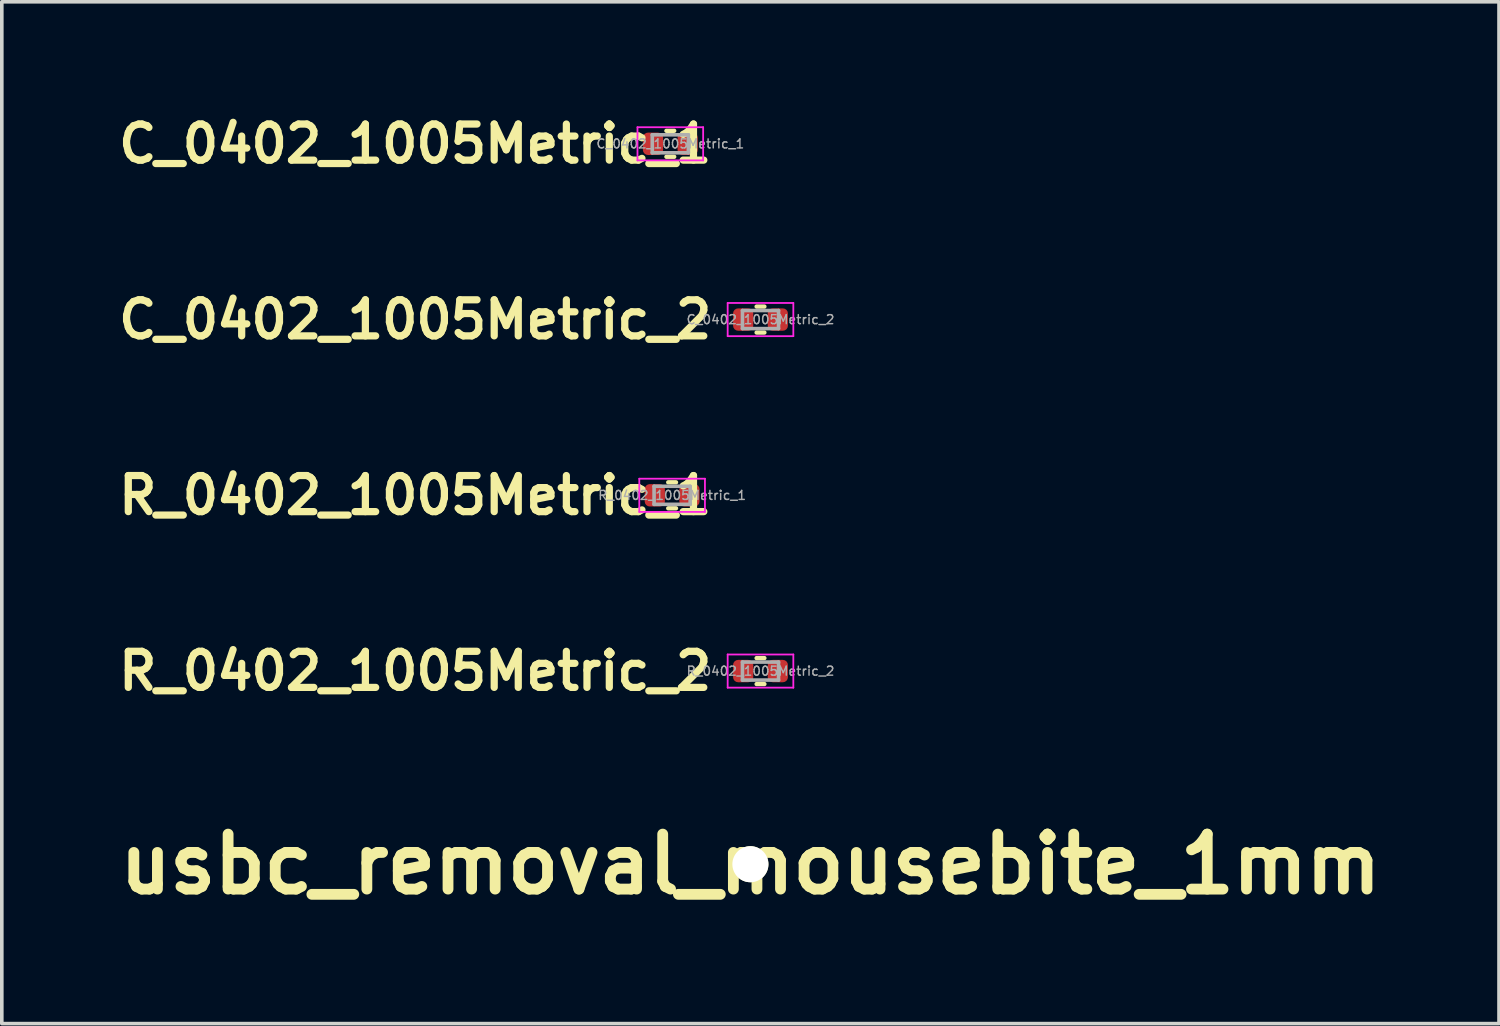
<source format=kicad_pcb>
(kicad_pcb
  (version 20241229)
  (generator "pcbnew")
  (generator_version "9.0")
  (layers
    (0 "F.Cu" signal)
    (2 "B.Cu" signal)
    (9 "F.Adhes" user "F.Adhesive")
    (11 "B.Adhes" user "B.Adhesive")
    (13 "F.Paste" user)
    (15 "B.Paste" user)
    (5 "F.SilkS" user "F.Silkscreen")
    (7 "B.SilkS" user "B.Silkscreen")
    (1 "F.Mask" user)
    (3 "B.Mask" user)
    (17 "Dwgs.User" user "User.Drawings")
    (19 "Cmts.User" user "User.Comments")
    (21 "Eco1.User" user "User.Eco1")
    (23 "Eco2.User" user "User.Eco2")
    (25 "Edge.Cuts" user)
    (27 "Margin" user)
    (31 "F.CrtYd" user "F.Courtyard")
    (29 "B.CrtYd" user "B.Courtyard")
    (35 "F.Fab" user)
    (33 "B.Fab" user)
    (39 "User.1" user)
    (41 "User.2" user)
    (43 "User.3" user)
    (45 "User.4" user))
  (footprint "C_0402_1005Metric_2"
    (layer "F.Cu")
    (at 18.031 5.808)
    (property "Reference" "C_0402_1005Metric_2" (at -1.25 0 0) (layer "F.SilkS") (effects (font (size 1 1) (thickness 0.2)) (justify right)))
    (attr smd)
    (fp_line (start -0.108 -0.36) (end 0.108 -0.36) (stroke (width 0.12) (type solid)) (layer "F.SilkS"))
    (fp_line (start -0.108 0.36) (end 0.108 0.36) (stroke (width 0.12) (type solid)) (layer "F.SilkS"))
    (fp_line (start -0.91 -0.46) (end 0.91 -0.46) (stroke (width 0.05) (type solid)) (layer "F.CrtYd"))
    (fp_line (start -0.91 0.46) (end -0.91 -0.46) (stroke (width 0.05) (type solid)) (layer "F.CrtYd"))
    (fp_line (start 0.91 -0.46) (end 0.91 0.46) (stroke (width 0.05) (type solid)) (layer "F.CrtYd"))
    (fp_line (start 0.91 0.46) (end -0.91 0.46) (stroke (width 0.05) (type solid)) (layer "F.CrtYd"))
    (fp_line (start -0.5 -0.25) (end 0.5 -0.25) (stroke (width 0.1) (type solid)) (layer "F.Fab"))
    (fp_line (start -0.5 0.25) (end -0.5 -0.25) (stroke (width 0.1) (type solid)) (layer "F.Fab"))
    (fp_line (start 0.5 -0.25) (end 0.5 0.25) (stroke (width 0.1) (type solid)) (layer "F.Fab"))
    (fp_line (start 0.5 0.25) (end -0.5 0.25) (stroke (width 0.1) (type solid)) (layer "F.Fab"))
    (fp_text user "${REFERENCE}" (at 0 0 0) (layer "F.Fab") (effects (font (size 0.25 0.25) (thickness 0.04))))
    (pad "1" smd roundrect (at -0.48 0) (size 0.56 0.62) (layers "F.Cu" "F.Mask" "F.Paste") (roundrect_rratio 0.25))
    (pad "2" smd roundrect (at 0.48 0) (size 0.56 0.62) (layers "F.Cu" "F.Mask" "F.Paste") (roundrect_rratio 0.25)))
  (footprint "usbc_removal_mousebite_1mm"
    (layer "F.Cu")
    (at 17.751 20.906)
    (property "Reference" "usbc_removal_mousebite_1mm" (at 0 0 0) (layer "F.SilkS") (effects (font (size 1.524 1.524) (thickness 0.3))))
    (attr through_hole)
    (pad "" np_thru_hole circle (at 0 0) (size 1 1) (drill 1) (layers "F.SilkS")))
  (footprint "C_0402_1005Metric_1"
    (layer "F.Cu")
    (at 15.531 0.936)
    (property "Reference" "C_0402_1005Metric_1" (at 1.25 0 180) (layer "F.SilkS") (effects (font (size 1 1) (thickness 0.2)) (justify right)))
    (attr smd)
    (fp_line (start -0.108 -0.36) (end 0.108 -0.36) (stroke (width 0.12) (type solid)) (layer "F.SilkS"))
    (fp_line (start -0.108 0.36) (end 0.108 0.36) (stroke (width 0.12) (type solid)) (layer "F.SilkS"))
    (fp_line (start -0.91 -0.46) (end 0.91 -0.46) (stroke (width 0.05) (type solid)) (layer "F.CrtYd"))
    (fp_line (start -0.91 0.46) (end -0.91 -0.46) (stroke (width 0.05) (type solid)) (layer "F.CrtYd"))
    (fp_line (start 0.91 -0.46) (end 0.91 0.46) (stroke (width 0.05) (type solid)) (layer "F.CrtYd"))
    (fp_line (start 0.91 0.46) (end -0.91 0.46) (stroke (width 0.05) (type solid)) (layer "F.CrtYd"))
    (fp_line (start -0.5 -0.25) (end 0.5 -0.25) (stroke (width 0.1) (type solid)) (layer "F.Fab"))
    (fp_line (start -0.5 0.25) (end -0.5 -0.25) (stroke (width 0.1) (type solid)) (layer "F.Fab"))
    (fp_line (start 0.5 -0.25) (end 0.5 0.25) (stroke (width 0.1) (type solid)) (layer "F.Fab"))
    (fp_line (start 0.5 0.25) (end -0.5 0.25) (stroke (width 0.1) (type solid)) (layer "F.Fab"))
    (fp_text user "${REFERENCE}" (at 0 0 180) (layer "F.Fab") (effects (font (size 0.25 0.25) (thickness 0.04))))
    (pad "1" smd roundrect (at -0.48 0) (size 0.56 0.62) (layers "F.Cu" "F.Mask" "F.Paste") (roundrect_rratio 0.25))
    (pad "2" smd roundrect (at 0.48 0) (size 0.56 0.62) (layers "F.Cu" "F.Mask" "F.Paste") (roundrect_rratio 0.25)))
  (footprint "R_0402_1005Metric_1"
    (layer "F.Cu")
    (at 15.581 10.68)
    (property "Reference" "R_0402_1005Metric_1" (at 1.2 0 180) (layer "F.SilkS") (effects (font (size 1 1) (thickness 0.2)) (justify right)))
    (attr smd)
    (fp_line (start -0.108 -0.36) (end 0.108 -0.36) (stroke (width 0.12) (type solid)) (layer "F.SilkS"))
    (fp_line (start -0.108 0.36) (end 0.108 0.36) (stroke (width 0.12) (type solid)) (layer "F.SilkS"))
    (fp_line (start -0.91 -0.46) (end 0.91 -0.46) (stroke (width 0.05) (type solid)) (layer "F.CrtYd"))
    (fp_line (start -0.91 0.46) (end -0.91 -0.46) (stroke (width 0.05) (type solid)) (layer "F.CrtYd"))
    (fp_line (start 0.91 -0.46) (end 0.91 0.46) (stroke (width 0.05) (type solid)) (layer "F.CrtYd"))
    (fp_line (start 0.91 0.46) (end -0.91 0.46) (stroke (width 0.05) (type solid)) (layer "F.CrtYd"))
    (fp_line (start -0.5 -0.25) (end 0.5 -0.25) (stroke (width 0.1) (type solid)) (layer "F.Fab"))
    (fp_line (start -0.5 0.25) (end -0.5 -0.25) (stroke (width 0.1) (type solid)) (layer "F.Fab"))
    (fp_line (start 0.5 -0.25) (end 0.5 0.25) (stroke (width 0.1) (type solid)) (layer "F.Fab"))
    (fp_line (start 0.5 0.25) (end -0.5 0.25) (stroke (width 0.1) (type solid)) (layer "F.Fab"))
    (fp_text user "${REFERENCE}" (at 0 0 180) (layer "F.Fab") (effects (font (size 0.25 0.25) (thickness 0.04))))
    (pad "1" smd roundrect (at -0.48 0) (size 0.56 0.62) (layers "F.Cu" "F.Mask" "F.Paste") (roundrect_rratio 0.25))
    (pad "2" smd roundrect (at 0.48 0) (size 0.56 0.62) (layers "F.Cu" "F.Mask" "F.Paste") (roundrect_rratio 0.25)))
  (footprint "R_0402_1005Metric_2"
    (layer "F.Cu")
    (at 18.031 15.552)
    (property "Reference" "R_0402_1005Metric_2" (at -1.25 0 0) (layer "F.SilkS") (effects (font (size 1 1) (thickness 0.2)) (justify right)))
    (attr smd)
    (fp_line (start -0.108 -0.36) (end 0.108 -0.36) (stroke (width 0.12) (type solid)) (layer "F.SilkS"))
    (fp_line (start -0.108 0.36) (end 0.108 0.36) (stroke (width 0.12) (type solid)) (layer "F.SilkS"))
    (fp_line (start -0.91 -0.46) (end 0.91 -0.46) (stroke (width 0.05) (type solid)) (layer "F.CrtYd"))
    (fp_line (start -0.91 0.46) (end -0.91 -0.46) (stroke (width 0.05) (type solid)) (layer "F.CrtYd"))
    (fp_line (start 0.91 -0.46) (end 0.91 0.46) (stroke (width 0.05) (type solid)) (layer "F.CrtYd"))
    (fp_line (start 0.91 0.46) (end -0.91 0.46) (stroke (width 0.05) (type solid)) (layer "F.CrtYd"))
    (fp_line (start -0.5 -0.25) (end 0.5 -0.25) (stroke (width 0.1) (type solid)) (layer "F.Fab"))
    (fp_line (start -0.5 0.25) (end -0.5 -0.25) (stroke (width 0.1) (type solid)) (layer "F.Fab"))
    (fp_line (start 0.5 -0.25) (end 0.5 0.25) (stroke (width 0.1) (type solid)) (layer "F.Fab"))
    (fp_line (start 0.5 0.25) (end -0.5 0.25) (stroke (width 0.1) (type solid)) (layer "F.Fab"))
    (fp_text user "${REFERENCE}" (at 0 0 0) (layer "F.Fab") (effects (font (size 0.25 0.25) (thickness 0.04))))
    (pad "1" smd roundrect (at -0.48 0) (size 0.56 0.62) (layers "F.Cu" "F.Mask" "F.Paste") (roundrect_rratio 0.25))
    (pad "2" smd roundrect (at 0.48 0) (size 0.56 0.62) (layers "F.Cu" "F.Mask" "F.Paste") (roundrect_rratio 0.25)))
  (gr_rect
    (start -3 -3)
    (end 38.502 25.324)
    (stroke (width 0.1) (type default))
    (fill no)
    (layer "Edge.Cuts")))
</source>
